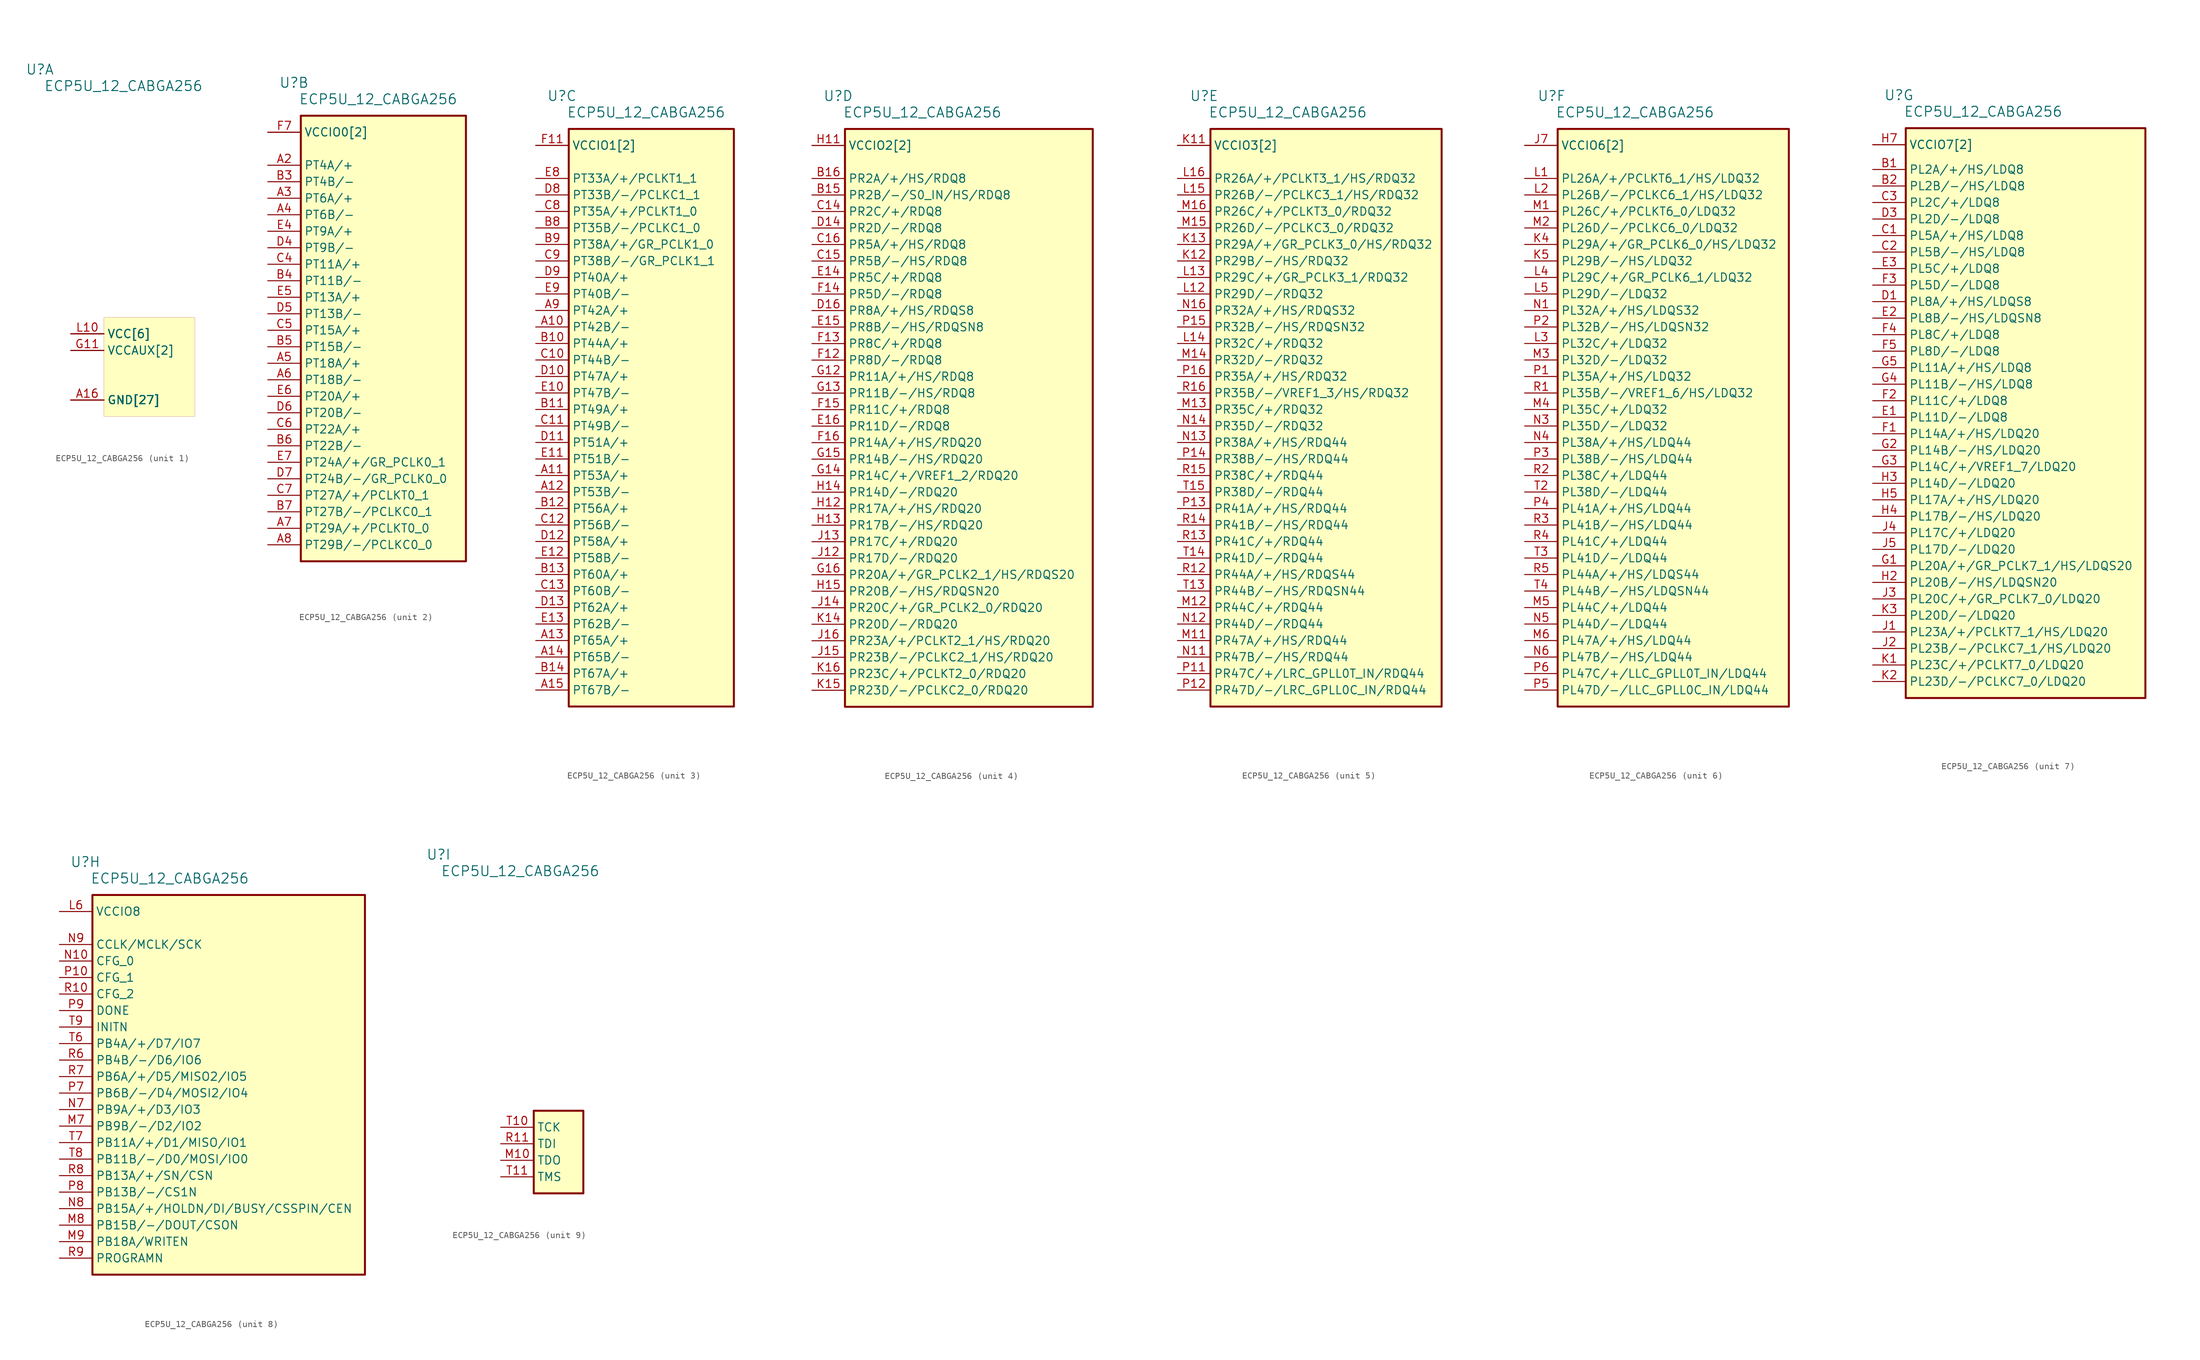
<source format=kicad_sym>
(kicad_symbol_lib
  (version 20211014)
  (generator kicad_symbol_editor)
  (symbol "ECP5U_12_CABGA256"
    (property "Reference" "U"
      (at -15.24 45.72 0)
      (effects (font (size 1.524 1.524)) (justify right)))
    (property "Value" "ECP5U_12_CABGA256"
      (at 7.62 43.18 0)
      (effects (font (size 1.524 1.524)) (justify right)))
    (property "ki_locked" ""
      (at 0 0 0)
      (effects (font (size 1.27 1.27))))
    (symbol "ECP5U_12_CABGA256_1_1"
      (rectangle (start -7.62 7.62) (end 6.35 -7.62) (stroke (width 0.001) (type default) (color 0 0 0 0)) (fill (type background)))
      (pin power_in line (at -12.7 -5.08 0) (length 5.08) (name "GND[27]" (effects (font (size 1.27 1.27)))) (number "A1" (effects (font (size 0 0)))))
      (pin power_in line (at -12.7 -5.08 0) (length 5.08) (name "GND[27]" (effects (font (size 1.27 1.27)))) (number "A16" (effects (font (size 1.27 1.27)))))
      (pin power_in line (at -12.7 -5.08 0) (length 5.08) (name "GND[27]" (effects (font (size 1.27 1.27)))) (number "D15" (effects (font (size 0 0)))))
      (pin power_in line (at -12.7 -5.08 0) (length 5.08) (name "GND[27]" (effects (font (size 1.27 1.27)))) (number "D2" (effects (font (size 0 0)))))
      (pin power_in line (at -12.7 -5.08 0) (length 5.08) (name "GND[27]" (effects (font (size 1.27 1.27)))) (number "F8" (effects (font (size 0 0)))))
      (pin power_in line (at -12.7 -5.08 0) (length 5.08) (name "GND[27]" (effects (font (size 1.27 1.27)))) (number "F9" (effects (font (size 0 0)))))
      (pin power_in line (at -12.7 -5.08 0) (length 5.08) (name "GND[27]" (effects (font (size 1.27 1.27)))) (number "G10" (effects (font (size 0 0)))))
      (pin power_in line (at -12.7 2.54 0) (length 5.08) (name "VCCAUX[2]" (effects (font (size 1.27 1.27)))) (number "G11" (effects (font (size 1.27 1.27)))))
      (pin power_in line (at -12.7 5.08 0) (length 5.08) (name "VCC[6]" (effects (font (size 1.27 1.27)))) (number "G6" (effects (font (size 0 0)))))
      (pin power_in line (at -12.7 5.08 0) (length 5.08) (name "VCC[6]" (effects (font (size 1.27 1.27)))) (number "G7" (effects (font (size 0 0)))))
      (pin power_in line (at -12.7 -5.08 0) (length 5.08) (name "GND[27]" (effects (font (size 1.27 1.27)))) (number "G8" (effects (font (size 0 0)))))
      (pin power_in line (at -12.7 5.08 0) (length 5.08) (name "VCC[6]" (effects (font (size 1.27 1.27)))) (number "G9" (effects (font (size 0 0)))))
      (pin power_in line (at -12.7 -5.08 0) (length 5.08) (name "GND[27]" (effects (font (size 1.27 1.27)))) (number "H1" (effects (font (size 0 0)))))
      (pin power_in line (at -12.7 -5.08 0) (length 5.08) (name "GND[27]" (effects (font (size 1.27 1.27)))) (number "H10" (effects (font (size 0 0)))))
      (pin power_in line (at -12.7 -5.08 0) (length 5.08) (name "GND[27]" (effects (font (size 1.27 1.27)))) (number "H16" (effects (font (size 0 0)))))
      (pin power_in line (at -12.7 -5.08 0) (length 5.08) (name "GND[27]" (effects (font (size 1.27 1.27)))) (number "H8" (effects (font (size 0 0)))))
      (pin power_in line (at -12.7 -5.08 0) (length 5.08) (name "GND[27]" (effects (font (size 1.27 1.27)))) (number "H9" (effects (font (size 0 0)))))
      (pin power_in line (at -12.7 -5.08 0) (length 5.08) (name "GND[27]" (effects (font (size 1.27 1.27)))) (number "J10" (effects (font (size 0 0)))))
      (pin power_in line (at -12.7 -5.08 0) (length 5.08) (name "GND[27]" (effects (font (size 1.27 1.27)))) (number "J8" (effects (font (size 0 0)))))
      (pin power_in line (at -12.7 -5.08 0) (length 5.08) (name "GND[27]" (effects (font (size 1.27 1.27)))) (number "J9" (effects (font (size 0 0)))))
      (pin power_in line (at -12.7 -5.08 0) (length 5.08) (name "GND[27]" (effects (font (size 1.27 1.27)))) (number "K10" (effects (font (size 0 0)))))
      (pin power_in line (at -12.7 -5.08 0) (length 5.08) (name "GND[27]" (effects (font (size 1.27 1.27)))) (number "K6" (effects (font (size 0 0)))))
      (pin power_in line (at -12.7 -5.08 0) (length 5.08) (name "GND[27]" (effects (font (size 1.27 1.27)))) (number "K7" (effects (font (size 0 0)))))
      (pin power_in line (at -12.7 -5.08 0) (length 5.08) (name "GND[27]" (effects (font (size 1.27 1.27)))) (number "K8" (effects (font (size 0 0)))))
      (pin power_in line (at -12.7 -5.08 0) (length 5.08) (name "GND[27]" (effects (font (size 1.27 1.27)))) (number "K9" (effects (font (size 0 0)))))
      (pin power_in line (at -12.7 5.08 0) (length 5.08) (name "VCC[6]" (effects (font (size 1.27 1.27)))) (number "L10" (effects (font (size 1.27 1.27)))))
      (pin power_in line (at -12.7 2.54 0) (length 5.08) (name "VCCAUX[2]" (effects (font (size 1.27 1.27)))) (number "L7" (effects (font (size 0 0)))))
      (pin power_in line (at -12.7 5.08 0) (length 5.08) (name "VCC[6]" (effects (font (size 1.27 1.27)))) (number "L8" (effects (font (size 0 0)))))
      (pin power_in line (at -12.7 5.08 0) (length 5.08) (name "VCC[6]" (effects (font (size 1.27 1.27)))) (number "L9" (effects (font (size 0 0)))))
      (pin power_in line (at -12.7 -5.08 0) (length 5.08) (name "GND[27]" (effects (font (size 1.27 1.27)))) (number "N15" (effects (font (size 0 0)))))
      (pin power_in line (at -12.7 -5.08 0) (length 5.08) (name "GND[27]" (effects (font (size 1.27 1.27)))) (number "N2" (effects (font (size 0 0)))))
      (pin power_in line (at -12.7 -5.08 0) (length 5.08) (name "GND[27]" (effects (font (size 1.27 1.27)))) (number "T1" (effects (font (size 0 0)))))
      (pin power_in line (at -12.7 -5.08 0) (length 5.08) (name "GND[27]" (effects (font (size 1.27 1.27)))) (number "T12" (effects (font (size 0 0)))))
      (pin power_in line (at -12.7 -5.08 0) (length 5.08) (name "GND[27]" (effects (font (size 1.27 1.27)))) (number "T16" (effects (font (size 0 0)))))
      (pin power_in line (at -12.7 -5.08 0) (length 5.08) (name "GND[27]" (effects (font (size 1.27 1.27)))) (number "T5" (effects (font (size 0 0))))))
    (symbol "ECP5U_12_CABGA256_2_1"
      (rectangle (start -16.51 40.64) (end 8.89 -27.94) (stroke (width 0.305) (type default) (color 0 0 0 0)) (fill (type background)))
      (pin bidirectional line (at -21.59 33.02 0) (length 5.08) (name "PT4A/+" (effects (font (size 1.27 1.27)))) (number "A2" (effects (font (size 1.27 1.27)))))
      (pin bidirectional line (at -21.59 27.94 0) (length 5.08) (name "PT6A/+" (effects (font (size 1.27 1.27)))) (number "A3" (effects (font (size 1.27 1.27)))))
      (pin bidirectional line (at -21.59 25.4 0) (length 5.08) (name "PT6B/-" (effects (font (size 1.27 1.27)))) (number "A4" (effects (font (size 1.27 1.27)))))
      (pin bidirectional line (at -21.59 2.54 0) (length 5.08) (name "PT18A/+" (effects (font (size 1.27 1.27)))) (number "A5" (effects (font (size 1.27 1.27)))))
      (pin bidirectional line (at -21.59 0 0) (length 5.08) (name "PT18B/-" (effects (font (size 1.27 1.27)))) (number "A6" (effects (font (size 1.27 1.27)))))
      (pin bidirectional line (at -21.59 -22.86 0) (length 5.08) (name "PT29A/+/PCLKT0_0" (effects (font (size 1.27 1.27)))) (number "A7" (effects (font (size 1.27 1.27)))))
      (pin bidirectional line (at -21.59 -25.4 0) (length 5.08) (name "PT29B/-/PCLKC0_0" (effects (font (size 1.27 1.27)))) (number "A8" (effects (font (size 1.27 1.27)))))
      (pin bidirectional line (at -21.59 30.48 0) (length 5.08) (name "PT4B/-" (effects (font (size 1.27 1.27)))) (number "B3" (effects (font (size 1.27 1.27)))))
      (pin bidirectional line (at -21.59 15.24 0) (length 5.08) (name "PT11B/-" (effects (font (size 1.27 1.27)))) (number "B4" (effects (font (size 1.27 1.27)))))
      (pin bidirectional line (at -21.59 5.08 0) (length 5.08) (name "PT15B/-" (effects (font (size 1.27 1.27)))) (number "B5" (effects (font (size 1.27 1.27)))))
      (pin bidirectional line (at -21.59 -10.16 0) (length 5.08) (name "PT22B/-" (effects (font (size 1.27 1.27)))) (number "B6" (effects (font (size 1.27 1.27)))))
      (pin bidirectional line (at -21.59 -20.32 0) (length 5.08) (name "PT27B/-/PCLKC0_1" (effects (font (size 1.27 1.27)))) (number "B7" (effects (font (size 1.27 1.27)))))
      (pin bidirectional line (at -21.59 17.78 0) (length 5.08) (name "PT11A/+" (effects (font (size 1.27 1.27)))) (number "C4" (effects (font (size 1.27 1.27)))))
      (pin bidirectional line (at -21.59 7.62 0) (length 5.08) (name "PT15A/+" (effects (font (size 1.27 1.27)))) (number "C5" (effects (font (size 1.27 1.27)))))
      (pin bidirectional line (at -21.59 -7.62 0) (length 5.08) (name "PT22A/+" (effects (font (size 1.27 1.27)))) (number "C6" (effects (font (size 1.27 1.27)))))
      (pin bidirectional line (at -21.59 -17.78 0) (length 5.08) (name "PT27A/+/PCLKT0_1" (effects (font (size 1.27 1.27)))) (number "C7" (effects (font (size 1.27 1.27)))))
      (pin bidirectional line (at -21.59 20.32 0) (length 5.08) (name "PT9B/-" (effects (font (size 1.27 1.27)))) (number "D4" (effects (font (size 1.27 1.27)))))
      (pin bidirectional line (at -21.59 10.16 0) (length 5.08) (name "PT13B/-" (effects (font (size 1.27 1.27)))) (number "D5" (effects (font (size 1.27 1.27)))))
      (pin bidirectional line (at -21.59 -5.08 0) (length 5.08) (name "PT20B/-" (effects (font (size 1.27 1.27)))) (number "D6" (effects (font (size 1.27 1.27)))))
      (pin bidirectional line (at -21.59 -15.24 0) (length 5.08) (name "PT24B/-/GR_PCLK0_0" (effects (font (size 1.27 1.27)))) (number "D7" (effects (font (size 1.27 1.27)))))
      (pin bidirectional line (at -21.59 22.86 0) (length 5.08) (name "PT9A/+" (effects (font (size 1.27 1.27)))) (number "E4" (effects (font (size 1.27 1.27)))))
      (pin bidirectional line (at -21.59 12.7 0) (length 5.08) (name "PT13A/+" (effects (font (size 1.27 1.27)))) (number "E5" (effects (font (size 1.27 1.27)))))
      (pin bidirectional line (at -21.59 -2.54 0) (length 5.08) (name "PT20A/+" (effects (font (size 1.27 1.27)))) (number "E6" (effects (font (size 1.27 1.27)))))
      (pin bidirectional line (at -21.59 -12.7 0) (length 5.08) (name "PT24A/+/GR_PCLK0_1" (effects (font (size 1.27 1.27)))) (number "E7" (effects (font (size 1.27 1.27)))))
      (pin power_in line (at -21.59 38.1 0) (length 5.08) (name "VCCIO0[2]" (effects (font (size 1.27 1.27)))) (number "F6" (effects (font (size 0 0)))))
      (pin power_in line (at -21.59 38.1 0) (length 5.08) (name "VCCIO0[2]" (effects (font (size 1.27 1.27)))) (number "F7" (effects (font (size 1.27 1.27))))))
    (symbol "ECP5U_12_CABGA256_3_1"
      (rectangle (start -16.51 40.64) (end 8.89 -48.26) (stroke (width 0.305) (type default) (color 0 0 0 0)) (fill (type background)))
      (pin bidirectional line (at -21.59 10.16 0) (length 5.08) (name "PT42B/-" (effects (font (size 1.27 1.27)))) (number "A10" (effects (font (size 1.27 1.27)))))
      (pin bidirectional line (at -21.59 -12.7 0) (length 5.08) (name "PT53A/+" (effects (font (size 1.27 1.27)))) (number "A11" (effects (font (size 1.27 1.27)))))
      (pin bidirectional line (at -21.59 -15.24 0) (length 5.08) (name "PT53B/-" (effects (font (size 1.27 1.27)))) (number "A12" (effects (font (size 1.27 1.27)))))
      (pin bidirectional line (at -21.59 -38.1 0) (length 5.08) (name "PT65A/+" (effects (font (size 1.27 1.27)))) (number "A13" (effects (font (size 1.27 1.27)))))
      (pin bidirectional line (at -21.59 -40.64 0) (length 5.08) (name "PT65B/-" (effects (font (size 1.27 1.27)))) (number "A14" (effects (font (size 1.27 1.27)))))
      (pin bidirectional line (at -21.59 -45.72 0) (length 5.08) (name "PT67B/-" (effects (font (size 1.27 1.27)))) (number "A15" (effects (font (size 1.27 1.27)))))
      (pin bidirectional line (at -21.59 12.7 0) (length 5.08) (name "PT42A/+" (effects (font (size 1.27 1.27)))) (number "A9" (effects (font (size 1.27 1.27)))))
      (pin bidirectional line (at -21.59 7.62 0) (length 5.08) (name "PT44A/+" (effects (font (size 1.27 1.27)))) (number "B10" (effects (font (size 1.27 1.27)))))
      (pin bidirectional line (at -21.59 -2.54 0) (length 5.08) (name "PT49A/+" (effects (font (size 1.27 1.27)))) (number "B11" (effects (font (size 1.27 1.27)))))
      (pin bidirectional line (at -21.59 -17.78 0) (length 5.08) (name "PT56A/+" (effects (font (size 1.27 1.27)))) (number "B12" (effects (font (size 1.27 1.27)))))
      (pin bidirectional line (at -21.59 -27.94 0) (length 5.08) (name "PT60A/+" (effects (font (size 1.27 1.27)))) (number "B13" (effects (font (size 1.27 1.27)))))
      (pin bidirectional line (at -21.59 -43.18 0) (length 5.08) (name "PT67A/+" (effects (font (size 1.27 1.27)))) (number "B14" (effects (font (size 1.27 1.27)))))
      (pin bidirectional line (at -21.59 25.4 0) (length 5.08) (name "PT35B/-/PCLKC1_0" (effects (font (size 1.27 1.27)))) (number "B8" (effects (font (size 1.27 1.27)))))
      (pin bidirectional line (at -21.59 22.86 0) (length 5.08) (name "PT38A/+/GR_PCLK1_0" (effects (font (size 1.27 1.27)))) (number "B9" (effects (font (size 1.27 1.27)))))
      (pin bidirectional line (at -21.59 5.08 0) (length 5.08) (name "PT44B/-" (effects (font (size 1.27 1.27)))) (number "C10" (effects (font (size 1.27 1.27)))))
      (pin bidirectional line (at -21.59 -5.08 0) (length 5.08) (name "PT49B/-" (effects (font (size 1.27 1.27)))) (number "C11" (effects (font (size 1.27 1.27)))))
      (pin bidirectional line (at -21.59 -20.32 0) (length 5.08) (name "PT56B/-" (effects (font (size 1.27 1.27)))) (number "C12" (effects (font (size 1.27 1.27)))))
      (pin bidirectional line (at -21.59 -30.48 0) (length 5.08) (name "PT60B/-" (effects (font (size 1.27 1.27)))) (number "C13" (effects (font (size 1.27 1.27)))))
      (pin bidirectional line (at -21.59 27.94 0) (length 5.08) (name "PT35A/+/PCLKT1_0" (effects (font (size 1.27 1.27)))) (number "C8" (effects (font (size 1.27 1.27)))))
      (pin bidirectional line (at -21.59 20.32 0) (length 5.08) (name "PT38B/-/GR_PCLK1_1" (effects (font (size 1.27 1.27)))) (number "C9" (effects (font (size 1.27 1.27)))))
      (pin bidirectional line (at -21.59 2.54 0) (length 5.08) (name "PT47A/+" (effects (font (size 1.27 1.27)))) (number "D10" (effects (font (size 1.27 1.27)))))
      (pin bidirectional line (at -21.59 -7.62 0) (length 5.08) (name "PT51A/+" (effects (font (size 1.27 1.27)))) (number "D11" (effects (font (size 1.27 1.27)))))
      (pin bidirectional line (at -21.59 -22.86 0) (length 5.08) (name "PT58A/+" (effects (font (size 1.27 1.27)))) (number "D12" (effects (font (size 1.27 1.27)))))
      (pin bidirectional line (at -21.59 -33.02 0) (length 5.08) (name "PT62A/+" (effects (font (size 1.27 1.27)))) (number "D13" (effects (font (size 1.27 1.27)))))
      (pin bidirectional line (at -21.59 30.48 0) (length 5.08) (name "PT33B/-/PCLKC1_1" (effects (font (size 1.27 1.27)))) (number "D8" (effects (font (size 1.27 1.27)))))
      (pin bidirectional line (at -21.59 17.78 0) (length 5.08) (name "PT40A/+" (effects (font (size 1.27 1.27)))) (number "D9" (effects (font (size 1.27 1.27)))))
      (pin bidirectional line (at -21.59 0 0) (length 5.08) (name "PT47B/-" (effects (font (size 1.27 1.27)))) (number "E10" (effects (font (size 1.27 1.27)))))
      (pin bidirectional line (at -21.59 -10.16 0) (length 5.08) (name "PT51B/-" (effects (font (size 1.27 1.27)))) (number "E11" (effects (font (size 1.27 1.27)))))
      (pin bidirectional line (at -21.59 -25.4 0) (length 5.08) (name "PT58B/-" (effects (font (size 1.27 1.27)))) (number "E12" (effects (font (size 1.27 1.27)))))
      (pin bidirectional line (at -21.59 -35.56 0) (length 5.08) (name "PT62B/-" (effects (font (size 1.27 1.27)))) (number "E13" (effects (font (size 1.27 1.27)))))
      (pin bidirectional line (at -21.59 33.02 0) (length 5.08) (name "PT33A/+/PCLKT1_1" (effects (font (size 1.27 1.27)))) (number "E8" (effects (font (size 1.27 1.27)))))
      (pin bidirectional line (at -21.59 15.24 0) (length 5.08) (name "PT40B/-" (effects (font (size 1.27 1.27)))) (number "E9" (effects (font (size 1.27 1.27)))))
      (pin power_in line (at -21.59 38.1 0) (length 5.08) (name "VCCIO1[2]" (effects (font (size 1.27 1.27)))) (number "F10" (effects (font (size 0 0)))))
      (pin power_in line (at -21.59 38.1 0) (length 5.08) (name "VCCIO1[2]" (effects (font (size 1.27 1.27)))) (number "F11" (effects (font (size 1.27 1.27))))))
    (symbol "ECP5U_12_CABGA256_4_1"
      (rectangle (start -16.51 40.64) (end 21.59 -48.26) (stroke (width 0.305) (type default) (color 0 0 0 0)) (fill (type background)))
      (pin bidirectional line (at -21.59 30.48 0) (length 5.08) (name "PR2B/-/S0_IN/HS/RDQ8" (effects (font (size 1.27 1.27)))) (number "B15" (effects (font (size 1.27 1.27)))))
      (pin bidirectional line (at -21.59 33.02 0) (length 5.08) (name "PR2A/+/HS/RDQ8" (effects (font (size 1.27 1.27)))) (number "B16" (effects (font (size 1.27 1.27)))))
      (pin bidirectional line (at -21.59 27.94 0) (length 5.08) (name "PR2C/+/RDQ8" (effects (font (size 1.27 1.27)))) (number "C14" (effects (font (size 1.27 1.27)))))
      (pin bidirectional line (at -21.59 20.32 0) (length 5.08) (name "PR5B/-/HS/RDQ8" (effects (font (size 1.27 1.27)))) (number "C15" (effects (font (size 1.27 1.27)))))
      (pin bidirectional line (at -21.59 22.86 0) (length 5.08) (name "PR5A/+/HS/RDQ8" (effects (font (size 1.27 1.27)))) (number "C16" (effects (font (size 1.27 1.27)))))
      (pin bidirectional line (at -21.59 25.4 0) (length 5.08) (name "PR2D/-/RDQ8" (effects (font (size 1.27 1.27)))) (number "D14" (effects (font (size 1.27 1.27)))))
      (pin bidirectional line (at -21.59 12.7 0) (length 5.08) (name "PR8A/+/HS/RDQS8" (effects (font (size 1.27 1.27)))) (number "D16" (effects (font (size 1.27 1.27)))))
      (pin bidirectional line (at -21.59 17.78 0) (length 5.08) (name "PR5C/+/RDQ8" (effects (font (size 1.27 1.27)))) (number "E14" (effects (font (size 1.27 1.27)))))
      (pin bidirectional line (at -21.59 10.16 0) (length 5.08) (name "PR8B/-/HS/RDQSN8" (effects (font (size 1.27 1.27)))) (number "E15" (effects (font (size 1.27 1.27)))))
      (pin bidirectional line (at -21.59 -5.08 0) (length 5.08) (name "PR11D/-/RDQ8" (effects (font (size 1.27 1.27)))) (number "E16" (effects (font (size 1.27 1.27)))))
      (pin bidirectional line (at -21.59 5.08 0) (length 5.08) (name "PR8D/-/RDQ8" (effects (font (size 1.27 1.27)))) (number "F12" (effects (font (size 1.27 1.27)))))
      (pin bidirectional line (at -21.59 7.62 0) (length 5.08) (name "PR8C/+/RDQ8" (effects (font (size 1.27 1.27)))) (number "F13" (effects (font (size 1.27 1.27)))))
      (pin bidirectional line (at -21.59 15.24 0) (length 5.08) (name "PR5D/-/RDQ8" (effects (font (size 1.27 1.27)))) (number "F14" (effects (font (size 1.27 1.27)))))
      (pin bidirectional line (at -21.59 -2.54 0) (length 5.08) (name "PR11C/+/RDQ8" (effects (font (size 1.27 1.27)))) (number "F15" (effects (font (size 1.27 1.27)))))
      (pin bidirectional line (at -21.59 -7.62 0) (length 5.08) (name "PR14A/+/HS/RDQ20" (effects (font (size 1.27 1.27)))) (number "F16" (effects (font (size 1.27 1.27)))))
      (pin bidirectional line (at -21.59 2.54 0) (length 5.08) (name "PR11A/+/HS/RDQ8" (effects (font (size 1.27 1.27)))) (number "G12" (effects (font (size 1.27 1.27)))))
      (pin bidirectional line (at -21.59 0 0) (length 5.08) (name "PR11B/-/HS/RDQ8" (effects (font (size 1.27 1.27)))) (number "G13" (effects (font (size 1.27 1.27)))))
      (pin bidirectional line (at -21.59 -12.7 0) (length 5.08) (name "PR14C/+/VREF1_2/RDQ20" (effects (font (size 1.27 1.27)))) (number "G14" (effects (font (size 1.27 1.27)))))
      (pin bidirectional line (at -21.59 -10.16 0) (length 5.08) (name "PR14B/-/HS/RDQ20" (effects (font (size 1.27 1.27)))) (number "G15" (effects (font (size 1.27 1.27)))))
      (pin bidirectional line (at -21.59 -27.94 0) (length 5.08) (name "PR20A/+/GR_PCLK2_1/HS/RDQS20" (effects (font (size 1.27 1.27)))) (number "G16" (effects (font (size 1.27 1.27)))))
      (pin power_in line (at -21.59 38.1 0) (length 5.08) (name "VCCIO2[2]" (effects (font (size 1.27 1.27)))) (number "H11" (effects (font (size 1.27 1.27)))))
      (pin bidirectional line (at -21.59 -17.78 0) (length 5.08) (name "PR17A/+/HS/RDQ20" (effects (font (size 1.27 1.27)))) (number "H12" (effects (font (size 1.27 1.27)))))
      (pin bidirectional line (at -21.59 -20.32 0) (length 5.08) (name "PR17B/-/HS/RDQ20" (effects (font (size 1.27 1.27)))) (number "H13" (effects (font (size 1.27 1.27)))))
      (pin bidirectional line (at -21.59 -15.24 0) (length 5.08) (name "PR14D/-/RDQ20" (effects (font (size 1.27 1.27)))) (number "H14" (effects (font (size 1.27 1.27)))))
      (pin bidirectional line (at -21.59 -30.48 0) (length 5.08) (name "PR20B/-/HS/RDQSN20" (effects (font (size 1.27 1.27)))) (number "H15" (effects (font (size 1.27 1.27)))))
      (pin power_in line (at -21.59 38.1 0) (length 5.08) (name "VCCIO2[2]" (effects (font (size 1.27 1.27)))) (number "J11" (effects (font (size 0 0)))))
      (pin bidirectional line (at -21.59 -25.4 0) (length 5.08) (name "PR17D/-/RDQ20" (effects (font (size 1.27 1.27)))) (number "J12" (effects (font (size 1.27 1.27)))))
      (pin bidirectional line (at -21.59 -22.86 0) (length 5.08) (name "PR17C/+/RDQ20" (effects (font (size 1.27 1.27)))) (number "J13" (effects (font (size 1.27 1.27)))))
      (pin bidirectional line (at -21.59 -33.02 0) (length 5.08) (name "PR20C/+/GR_PCLK2_0/RDQ20" (effects (font (size 1.27 1.27)))) (number "J14" (effects (font (size 1.27 1.27)))))
      (pin bidirectional line (at -21.59 -40.64 0) (length 5.08) (name "PR23B/-/PCLKC2_1/HS/RDQ20" (effects (font (size 1.27 1.27)))) (number "J15" (effects (font (size 1.27 1.27)))))
      (pin bidirectional line (at -21.59 -38.1 0) (length 5.08) (name "PR23A/+/PCLKT2_1/HS/RDQ20" (effects (font (size 1.27 1.27)))) (number "J16" (effects (font (size 1.27 1.27)))))
      (pin bidirectional line (at -21.59 -35.56 0) (length 5.08) (name "PR20D/-/RDQ20" (effects (font (size 1.27 1.27)))) (number "K14" (effects (font (size 1.27 1.27)))))
      (pin bidirectional line (at -21.59 -45.72 0) (length 5.08) (name "PR23D/-/PCLKC2_0/RDQ20" (effects (font (size 1.27 1.27)))) (number "K15" (effects (font (size 1.27 1.27)))))
      (pin bidirectional line (at -21.59 -43.18 0) (length 5.08) (name "PR23C/+/PCLKT2_0/RDQ20" (effects (font (size 1.27 1.27)))) (number "K16" (effects (font (size 1.27 1.27))))))
    (symbol "ECP5U_12_CABGA256_5_1"
      (rectangle (start -16.51 40.64) (end 19.05 -48.26) (stroke (width 0.305) (type default) (color 0 0 0 0)) (fill (type background)))
      (pin power_in line (at -21.59 38.1 0) (length 5.08) (name "VCCIO3[2]" (effects (font (size 1.27 1.27)))) (number "K11" (effects (font (size 1.27 1.27)))))
      (pin bidirectional line (at -21.59 20.32 0) (length 5.08) (name "PR29B/-/HS/RDQ32" (effects (font (size 1.27 1.27)))) (number "K12" (effects (font (size 1.27 1.27)))))
      (pin bidirectional line (at -21.59 22.86 0) (length 5.08) (name "PR29A/+/GR_PCLK3_0/HS/RDQ32" (effects (font (size 1.27 1.27)))) (number "K13" (effects (font (size 1.27 1.27)))))
      (pin power_in line (at -21.59 38.1 0) (length 5.08) (name "VCCIO3[2]" (effects (font (size 1.27 1.27)))) (number "L11" (effects (font (size 0 0)))))
      (pin bidirectional line (at -21.59 15.24 0) (length 5.08) (name "PR29D/-/RDQ32" (effects (font (size 1.27 1.27)))) (number "L12" (effects (font (size 1.27 1.27)))))
      (pin bidirectional line (at -21.59 17.78 0) (length 5.08) (name "PR29C/+/GR_PCLK3_1/RDQ32" (effects (font (size 1.27 1.27)))) (number "L13" (effects (font (size 1.27 1.27)))))
      (pin bidirectional line (at -21.59 7.62 0) (length 5.08) (name "PR32C/+/RDQ32" (effects (font (size 1.27 1.27)))) (number "L14" (effects (font (size 1.27 1.27)))))
      (pin bidirectional line (at -21.59 30.48 0) (length 5.08) (name "PR26B/-/PCLKC3_1/HS/RDQ32" (effects (font (size 1.27 1.27)))) (number "L15" (effects (font (size 1.27 1.27)))))
      (pin bidirectional line (at -21.59 33.02 0) (length 5.08) (name "PR26A/+/PCLKT3_1/HS/RDQ32" (effects (font (size 1.27 1.27)))) (number "L16" (effects (font (size 1.27 1.27)))))
      (pin bidirectional line (at -21.59 -38.1 0) (length 5.08) (name "PR47A/+/HS/RDQ44" (effects (font (size 1.27 1.27)))) (number "M11" (effects (font (size 1.27 1.27)))))
      (pin bidirectional line (at -21.59 -33.02 0) (length 5.08) (name "PR44C/+/RDQ44" (effects (font (size 1.27 1.27)))) (number "M12" (effects (font (size 1.27 1.27)))))
      (pin bidirectional line (at -21.59 -2.54 0) (length 5.08) (name "PR35C/+/RDQ32" (effects (font (size 1.27 1.27)))) (number "M13" (effects (font (size 1.27 1.27)))))
      (pin bidirectional line (at -21.59 5.08 0) (length 5.08) (name "PR32D/-/RDQ32" (effects (font (size 1.27 1.27)))) (number "M14" (effects (font (size 1.27 1.27)))))
      (pin bidirectional line (at -21.59 25.4 0) (length 5.08) (name "PR26D/-/PCLKC3_0/RDQ32" (effects (font (size 1.27 1.27)))) (number "M15" (effects (font (size 1.27 1.27)))))
      (pin bidirectional line (at -21.59 27.94 0) (length 5.08) (name "PR26C/+/PCLKT3_0/RDQ32" (effects (font (size 1.27 1.27)))) (number "M16" (effects (font (size 1.27 1.27)))))
      (pin bidirectional line (at -21.59 -40.64 0) (length 5.08) (name "PR47B/-/HS/RDQ44" (effects (font (size 1.27 1.27)))) (number "N11" (effects (font (size 1.27 1.27)))))
      (pin bidirectional line (at -21.59 -35.56 0) (length 5.08) (name "PR44D/-/RDQ44" (effects (font (size 1.27 1.27)))) (number "N12" (effects (font (size 1.27 1.27)))))
      (pin bidirectional line (at -21.59 -7.62 0) (length 5.08) (name "PR38A/+/HS/RDQ44" (effects (font (size 1.27 1.27)))) (number "N13" (effects (font (size 1.27 1.27)))))
      (pin bidirectional line (at -21.59 -5.08 0) (length 5.08) (name "PR35D/-/RDQ32" (effects (font (size 1.27 1.27)))) (number "N14" (effects (font (size 1.27 1.27)))))
      (pin bidirectional line (at -21.59 12.7 0) (length 5.08) (name "PR32A/+/HS/RDQS32" (effects (font (size 1.27 1.27)))) (number "N16" (effects (font (size 1.27 1.27)))))
      (pin bidirectional line (at -21.59 -43.18 0) (length 5.08) (name "PR47C/+/LRC_GPLL0T_IN/RDQ44" (effects (font (size 1.27 1.27)))) (number "P11" (effects (font (size 1.27 1.27)))))
      (pin bidirectional line (at -21.59 -45.72 0) (length 5.08) (name "PR47D/-/LRC_GPLL0C_IN/RDQ44" (effects (font (size 1.27 1.27)))) (number "P12" (effects (font (size 1.27 1.27)))))
      (pin bidirectional line (at -21.59 -17.78 0) (length 5.08) (name "PR41A/+/HS/RDQ44" (effects (font (size 1.27 1.27)))) (number "P13" (effects (font (size 1.27 1.27)))))
      (pin bidirectional line (at -21.59 -10.16 0) (length 5.08) (name "PR38B/-/HS/RDQ44" (effects (font (size 1.27 1.27)))) (number "P14" (effects (font (size 1.27 1.27)))))
      (pin bidirectional line (at -21.59 10.16 0) (length 5.08) (name "PR32B/-/HS/RDQSN32" (effects (font (size 1.27 1.27)))) (number "P15" (effects (font (size 1.27 1.27)))))
      (pin bidirectional line (at -21.59 2.54 0) (length 5.08) (name "PR35A/+/HS/RDQ32" (effects (font (size 1.27 1.27)))) (number "P16" (effects (font (size 1.27 1.27)))))
      (pin bidirectional line (at -21.59 -27.94 0) (length 5.08) (name "PR44A/+/HS/RDQS44" (effects (font (size 1.27 1.27)))) (number "R12" (effects (font (size 1.27 1.27)))))
      (pin bidirectional line (at -21.59 -22.86 0) (length 5.08) (name "PR41C/+/RDQ44" (effects (font (size 1.27 1.27)))) (number "R13" (effects (font (size 1.27 1.27)))))
      (pin bidirectional line (at -21.59 -20.32 0) (length 5.08) (name "PR41B/-/HS/RDQ44" (effects (font (size 1.27 1.27)))) (number "R14" (effects (font (size 1.27 1.27)))))
      (pin bidirectional line (at -21.59 -12.7 0) (length 5.08) (name "PR38C/+/RDQ44" (effects (font (size 1.27 1.27)))) (number "R15" (effects (font (size 1.27 1.27)))))
      (pin bidirectional line (at -21.59 0 0) (length 5.08) (name "PR35B/-/VREF1_3/HS/RDQ32" (effects (font (size 1.27 1.27)))) (number "R16" (effects (font (size 1.27 1.27)))))
      (pin bidirectional line (at -21.59 -30.48 0) (length 5.08) (name "PR44B/-/HS/RDQSN44" (effects (font (size 1.27 1.27)))) (number "T13" (effects (font (size 1.27 1.27)))))
      (pin bidirectional line (at -21.59 -25.4 0) (length 5.08) (name "PR41D/-/RDQ44" (effects (font (size 1.27 1.27)))) (number "T14" (effects (font (size 1.27 1.27)))))
      (pin bidirectional line (at -21.59 -15.24 0) (length 5.08) (name "PR38D/-/RDQ44" (effects (font (size 1.27 1.27)))) (number "T15" (effects (font (size 1.27 1.27))))))
    (symbol "ECP5U_12_CABGA256_6_1"
      (rectangle (start -16.51 40.64) (end 19.05 -48.26) (stroke (width 0.305) (type default) (color 0 0 0 0)) (fill (type background)))
      (pin power_in line (at -21.59 38.1 0) (length 5.08) (name "VCCIO6[2]" (effects (font (size 1.27 1.27)))) (number "J6" (effects (font (size 0 0)))))
      (pin power_in line (at -21.59 38.1 0) (length 5.08) (name "VCCIO6[2]" (effects (font (size 1.27 1.27)))) (number "J7" (effects (font (size 1.27 1.27)))))
      (pin bidirectional line (at -21.59 22.86 0) (length 5.08) (name "PL29A/+/GR_PCLK6_0/HS/LDQ32" (effects (font (size 1.27 1.27)))) (number "K4" (effects (font (size 1.27 1.27)))))
      (pin bidirectional line (at -21.59 20.32 0) (length 5.08) (name "PL29B/-/HS/LDQ32" (effects (font (size 1.27 1.27)))) (number "K5" (effects (font (size 1.27 1.27)))))
      (pin bidirectional line (at -21.59 33.02 0) (length 5.08) (name "PL26A/+/PCLKT6_1/HS/LDQ32" (effects (font (size 1.27 1.27)))) (number "L1" (effects (font (size 1.27 1.27)))))
      (pin bidirectional line (at -21.59 30.48 0) (length 5.08) (name "PL26B/-/PCLKC6_1/HS/LDQ32" (effects (font (size 1.27 1.27)))) (number "L2" (effects (font (size 1.27 1.27)))))
      (pin bidirectional line (at -21.59 7.62 0) (length 5.08) (name "PL32C/+/LDQ32" (effects (font (size 1.27 1.27)))) (number "L3" (effects (font (size 1.27 1.27)))))
      (pin bidirectional line (at -21.59 17.78 0) (length 5.08) (name "PL29C/+/GR_PCLK6_1/LDQ32" (effects (font (size 1.27 1.27)))) (number "L4" (effects (font (size 1.27 1.27)))))
      (pin bidirectional line (at -21.59 15.24 0) (length 5.08) (name "PL29D/-/LDQ32" (effects (font (size 1.27 1.27)))) (number "L5" (effects (font (size 1.27 1.27)))))
      (pin bidirectional line (at -21.59 27.94 0) (length 5.08) (name "PL26C/+/PCLKT6_0/LDQ32" (effects (font (size 1.27 1.27)))) (number "M1" (effects (font (size 1.27 1.27)))))
      (pin bidirectional line (at -21.59 25.4 0) (length 5.08) (name "PL26D/-/PCLKC6_0/LDQ32" (effects (font (size 1.27 1.27)))) (number "M2" (effects (font (size 1.27 1.27)))))
      (pin bidirectional line (at -21.59 5.08 0) (length 5.08) (name "PL32D/-/LDQ32" (effects (font (size 1.27 1.27)))) (number "M3" (effects (font (size 1.27 1.27)))))
      (pin bidirectional line (at -21.59 -2.54 0) (length 5.08) (name "PL35C/+/LDQ32" (effects (font (size 1.27 1.27)))) (number "M4" (effects (font (size 1.27 1.27)))))
      (pin bidirectional line (at -21.59 -33.02 0) (length 5.08) (name "PL44C/+/LDQ44" (effects (font (size 1.27 1.27)))) (number "M5" (effects (font (size 1.27 1.27)))))
      (pin bidirectional line (at -21.59 -38.1 0) (length 5.08) (name "PL47A/+/HS/LDQ44" (effects (font (size 1.27 1.27)))) (number "M6" (effects (font (size 1.27 1.27)))))
      (pin bidirectional line (at -21.59 12.7 0) (length 5.08) (name "PL32A/+/HS/LDQS32" (effects (font (size 1.27 1.27)))) (number "N1" (effects (font (size 1.27 1.27)))))
      (pin bidirectional line (at -21.59 -5.08 0) (length 5.08) (name "PL35D/-/LDQ32" (effects (font (size 1.27 1.27)))) (number "N3" (effects (font (size 1.27 1.27)))))
      (pin bidirectional line (at -21.59 -7.62 0) (length 5.08) (name "PL38A/+/HS/LDQ44" (effects (font (size 1.27 1.27)))) (number "N4" (effects (font (size 1.27 1.27)))))
      (pin bidirectional line (at -21.59 -35.56 0) (length 5.08) (name "PL44D/-/LDQ44" (effects (font (size 1.27 1.27)))) (number "N5" (effects (font (size 1.27 1.27)))))
      (pin bidirectional line (at -21.59 -40.64 0) (length 5.08) (name "PL47B/-/HS/LDQ44" (effects (font (size 1.27 1.27)))) (number "N6" (effects (font (size 1.27 1.27)))))
      (pin bidirectional line (at -21.59 2.54 0) (length 5.08) (name "PL35A/+/HS/LDQ32" (effects (font (size 1.27 1.27)))) (number "P1" (effects (font (size 1.27 1.27)))))
      (pin bidirectional line (at -21.59 10.16 0) (length 5.08) (name "PL32B/-/HS/LDQSN32" (effects (font (size 1.27 1.27)))) (number "P2" (effects (font (size 1.27 1.27)))))
      (pin bidirectional line (at -21.59 -10.16 0) (length 5.08) (name "PL38B/-/HS/LDQ44" (effects (font (size 1.27 1.27)))) (number "P3" (effects (font (size 1.27 1.27)))))
      (pin bidirectional line (at -21.59 -17.78 0) (length 5.08) (name "PL41A/+/HS/LDQ44" (effects (font (size 1.27 1.27)))) (number "P4" (effects (font (size 1.27 1.27)))))
      (pin bidirectional line (at -21.59 -45.72 0) (length 5.08) (name "PL47D/-/LLC_GPLL0C_IN/LDQ44" (effects (font (size 1.27 1.27)))) (number "P5" (effects (font (size 1.27 1.27)))))
      (pin bidirectional line (at -21.59 -43.18 0) (length 5.08) (name "PL47C/+/LLC_GPLL0T_IN/LDQ44" (effects (font (size 1.27 1.27)))) (number "P6" (effects (font (size 1.27 1.27)))))
      (pin bidirectional line (at -21.59 0 0) (length 5.08) (name "PL35B/-/VREF1_6/HS/LDQ32" (effects (font (size 1.27 1.27)))) (number "R1" (effects (font (size 1.27 1.27)))))
      (pin bidirectional line (at -21.59 -12.7 0) (length 5.08) (name "PL38C/+/LDQ44" (effects (font (size 1.27 1.27)))) (number "R2" (effects (font (size 1.27 1.27)))))
      (pin bidirectional line (at -21.59 -20.32 0) (length 5.08) (name "PL41B/-/HS/LDQ44" (effects (font (size 1.27 1.27)))) (number "R3" (effects (font (size 1.27 1.27)))))
      (pin bidirectional line (at -21.59 -22.86 0) (length 5.08) (name "PL41C/+/LDQ44" (effects (font (size 1.27 1.27)))) (number "R4" (effects (font (size 1.27 1.27)))))
      (pin bidirectional line (at -21.59 -27.94 0) (length 5.08) (name "PL44A/+/HS/LDQS44" (effects (font (size 1.27 1.27)))) (number "R5" (effects (font (size 1.27 1.27)))))
      (pin bidirectional line (at -21.59 -15.24 0) (length 5.08) (name "PL38D/-/LDQ44" (effects (font (size 1.27 1.27)))) (number "T2" (effects (font (size 1.27 1.27)))))
      (pin bidirectional line (at -21.59 -25.4 0) (length 5.08) (name "PL41D/-/LDQ44" (effects (font (size 1.27 1.27)))) (number "T3" (effects (font (size 1.27 1.27)))))
      (pin bidirectional line (at -21.59 -30.48 0) (length 5.08) (name "PL44B/-/HS/LDQSN44" (effects (font (size 1.27 1.27)))) (number "T4" (effects (font (size 1.27 1.27))))))
    (symbol "ECP5U_12_CABGA256_7_1"
      (rectangle (start -16.51 40.64) (end 20.32 -46.99) (stroke (width 0.305) (type default) (color 0 0 0 0)) (fill (type background)))
      (pin bidirectional line (at -21.59 34.29 0) (length 5.08) (name "PL2A/+/HS/LDQ8" (effects (font (size 1.27 1.27)))) (number "B1" (effects (font (size 1.27 1.27)))))
      (pin bidirectional line (at -21.59 31.75 0) (length 5.08) (name "PL2B/-/HS/LDQ8" (effects (font (size 1.27 1.27)))) (number "B2" (effects (font (size 1.27 1.27)))))
      (pin bidirectional line (at -21.59 24.13 0) (length 5.08) (name "PL5A/+/HS/LDQ8" (effects (font (size 1.27 1.27)))) (number "C1" (effects (font (size 1.27 1.27)))))
      (pin bidirectional line (at -21.59 21.59 0) (length 5.08) (name "PL5B/-/HS/LDQ8" (effects (font (size 1.27 1.27)))) (number "C2" (effects (font (size 1.27 1.27)))))
      (pin bidirectional line (at -21.59 29.21 0) (length 5.08) (name "PL2C/+/LDQ8" (effects (font (size 1.27 1.27)))) (number "C3" (effects (font (size 1.27 1.27)))))
      (pin bidirectional line (at -21.59 13.97 0) (length 5.08) (name "PL8A/+/HS/LDQS8" (effects (font (size 1.27 1.27)))) (number "D1" (effects (font (size 1.27 1.27)))))
      (pin bidirectional line (at -21.59 26.67 0) (length 5.08) (name "PL2D/-/LDQ8" (effects (font (size 1.27 1.27)))) (number "D3" (effects (font (size 1.27 1.27)))))
      (pin bidirectional line (at -21.59 -3.81 0) (length 5.08) (name "PL11D/-/LDQ8" (effects (font (size 1.27 1.27)))) (number "E1" (effects (font (size 1.27 1.27)))))
      (pin bidirectional line (at -21.59 11.43 0) (length 5.08) (name "PL8B/-/HS/LDQSN8" (effects (font (size 1.27 1.27)))) (number "E2" (effects (font (size 1.27 1.27)))))
      (pin bidirectional line (at -21.59 19.05 0) (length 5.08) (name "PL5C/+/LDQ8" (effects (font (size 1.27 1.27)))) (number "E3" (effects (font (size 1.27 1.27)))))
      (pin bidirectional line (at -21.59 -6.35 0) (length 5.08) (name "PL14A/+/HS/LDQ20" (effects (font (size 1.27 1.27)))) (number "F1" (effects (font (size 1.27 1.27)))))
      (pin bidirectional line (at -21.59 -1.27 0) (length 5.08) (name "PL11C/+/LDQ8" (effects (font (size 1.27 1.27)))) (number "F2" (effects (font (size 1.27 1.27)))))
      (pin bidirectional line (at -21.59 16.51 0) (length 5.08) (name "PL5D/-/LDQ8" (effects (font (size 1.27 1.27)))) (number "F3" (effects (font (size 1.27 1.27)))))
      (pin bidirectional line (at -21.59 8.89 0) (length 5.08) (name "PL8C/+/LDQ8" (effects (font (size 1.27 1.27)))) (number "F4" (effects (font (size 1.27 1.27)))))
      (pin bidirectional line (at -21.59 6.35 0) (length 5.08) (name "PL8D/-/LDQ8" (effects (font (size 1.27 1.27)))) (number "F5" (effects (font (size 1.27 1.27)))))
      (pin bidirectional line (at -21.59 -26.67 0) (length 5.08) (name "PL20A/+/GR_PCLK7_1/HS/LDQS20" (effects (font (size 1.27 1.27)))) (number "G1" (effects (font (size 1.27 1.27)))))
      (pin bidirectional line (at -21.59 -8.89 0) (length 5.08) (name "PL14B/-/HS/LDQ20" (effects (font (size 1.27 1.27)))) (number "G2" (effects (font (size 1.27 1.27)))))
      (pin bidirectional line (at -21.59 -11.43 0) (length 5.08) (name "PL14C/+/VREF1_7/LDQ20" (effects (font (size 1.27 1.27)))) (number "G3" (effects (font (size 1.27 1.27)))))
      (pin bidirectional line (at -21.59 1.27 0) (length 5.08) (name "PL11B/-/HS/LDQ8" (effects (font (size 1.27 1.27)))) (number "G4" (effects (font (size 1.27 1.27)))))
      (pin bidirectional line (at -21.59 3.81 0) (length 5.08) (name "PL11A/+/HS/LDQ8" (effects (font (size 1.27 1.27)))) (number "G5" (effects (font (size 1.27 1.27)))))
      (pin bidirectional line (at -21.59 -29.21 0) (length 5.08) (name "PL20B/-/HS/LDQSN20" (effects (font (size 1.27 1.27)))) (number "H2" (effects (font (size 1.27 1.27)))))
      (pin bidirectional line (at -21.59 -13.97 0) (length 5.08) (name "PL14D/-/LDQ20" (effects (font (size 1.27 1.27)))) (number "H3" (effects (font (size 1.27 1.27)))))
      (pin bidirectional line (at -21.59 -19.05 0) (length 5.08) (name "PL17B/-/HS/LDQ20" (effects (font (size 1.27 1.27)))) (number "H4" (effects (font (size 1.27 1.27)))))
      (pin bidirectional line (at -21.59 -16.51 0) (length 5.08) (name "PL17A/+/HS/LDQ20" (effects (font (size 1.27 1.27)))) (number "H5" (effects (font (size 1.27 1.27)))))
      (pin power_in line (at -21.59 38.1 0) (length 5.08) (name "VCCIO7[2]" (effects (font (size 1.27 1.27)))) (number "H6" (effects (font (size 0 0)))))
      (pin power_in line (at -21.59 38.1 0) (length 5.08) (name "VCCIO7[2]" (effects (font (size 1.27 1.27)))) (number "H7" (effects (font (size 1.27 1.27)))))
      (pin bidirectional line (at -21.59 -36.83 0) (length 5.08) (name "PL23A/+/PCLKT7_1/HS/LDQ20" (effects (font (size 1.27 1.27)))) (number "J1" (effects (font (size 1.27 1.27)))))
      (pin bidirectional line (at -21.59 -39.37 0) (length 5.08) (name "PL23B/-/PCLKC7_1/HS/LDQ20" (effects (font (size 1.27 1.27)))) (number "J2" (effects (font (size 1.27 1.27)))))
      (pin bidirectional line (at -21.59 -31.75 0) (length 5.08) (name "PL20C/+/GR_PCLK7_0/LDQ20" (effects (font (size 1.27 1.27)))) (number "J3" (effects (font (size 1.27 1.27)))))
      (pin bidirectional line (at -21.59 -21.59 0) (length 5.08) (name "PL17C/+/LDQ20" (effects (font (size 1.27 1.27)))) (number "J4" (effects (font (size 1.27 1.27)))))
      (pin bidirectional line (at -21.59 -24.13 0) (length 5.08) (name "PL17D/-/LDQ20" (effects (font (size 1.27 1.27)))) (number "J5" (effects (font (size 1.27 1.27)))))
      (pin bidirectional line (at -21.59 -41.91 0) (length 5.08) (name "PL23C/+/PCLKT7_0/LDQ20" (effects (font (size 1.27 1.27)))) (number "K1" (effects (font (size 1.27 1.27)))))
      (pin bidirectional line (at -21.59 -44.45 0) (length 5.08) (name "PL23D/-/PCLKC7_0/LDQ20" (effects (font (size 1.27 1.27)))) (number "K2" (effects (font (size 1.27 1.27)))))
      (pin bidirectional line (at -21.59 -34.29 0) (length 5.08) (name "PL20D/-/LDQ20" (effects (font (size 1.27 1.27)))) (number "K3" (effects (font (size 1.27 1.27))))))
    (symbol "ECP5U_12_CABGA256_8_1"
      (rectangle (start -16.51 40.64) (end 25.4 -17.78) (stroke (width 0.305) (type default) (color 0 0 0 0)) (fill (type background)))
      (pin power_in line (at -21.59 38.1 0) (length 5.08) (name "VCCIO8" (effects (font (size 1.27 1.27)))) (number "L6" (effects (font (size 1.27 1.27)))))
      (pin bidirectional line (at -21.59 5.08 0) (length 5.08) (name "PB9B/-/D2/IO2" (effects (font (size 1.27 1.27)))) (number "M7" (effects (font (size 1.27 1.27)))))
      (pin bidirectional line (at -21.59 -10.16 0) (length 5.08) (name "PB15B/-/DOUT/CSON" (effects (font (size 1.27 1.27)))) (number "M8" (effects (font (size 1.27 1.27)))))
      (pin bidirectional line (at -21.59 -12.7 0) (length 5.08) (name "PB18A/WRITEN" (effects (font (size 1.27 1.27)))) (number "M9" (effects (font (size 1.27 1.27)))))
      (pin bidirectional line (at -21.59 30.48 0) (length 5.08) (name "CFG_0" (effects (font (size 1.27 1.27)))) (number "N10" (effects (font (size 1.27 1.27)))))
      (pin bidirectional line (at -21.59 7.62 0) (length 5.08) (name "PB9A/+/D3/IO3" (effects (font (size 1.27 1.27)))) (number "N7" (effects (font (size 1.27 1.27)))))
      (pin bidirectional line (at -21.59 -7.62 0) (length 5.08) (name "PB15A/+/HOLDN/DI/BUSY/CSSPIN/CEN" (effects (font (size 1.27 1.27)))) (number "N8" (effects (font (size 1.27 1.27)))))
      (pin bidirectional line (at -21.59 33.02 0) (length 5.08) (name "CCLK/MCLK/SCK" (effects (font (size 1.27 1.27)))) (number "N9" (effects (font (size 1.27 1.27)))))
      (pin bidirectional line (at -21.59 27.94 0) (length 5.08) (name "CFG_1" (effects (font (size 1.27 1.27)))) (number "P10" (effects (font (size 1.27 1.27)))))
      (pin bidirectional line (at -21.59 10.16 0) (length 5.08) (name "PB6B/-/D4/MOSI2/IO4" (effects (font (size 1.27 1.27)))) (number "P7" (effects (font (size 1.27 1.27)))))
      (pin bidirectional line (at -21.59 -5.08 0) (length 5.08) (name "PB13B/-/CS1N" (effects (font (size 1.27 1.27)))) (number "P8" (effects (font (size 1.27 1.27)))))
      (pin bidirectional line (at -21.59 22.86 0) (length 5.08) (name "DONE" (effects (font (size 1.27 1.27)))) (number "P9" (effects (font (size 1.27 1.27)))))
      (pin bidirectional line (at -21.59 25.4 0) (length 5.08) (name "CFG_2" (effects (font (size 1.27 1.27)))) (number "R10" (effects (font (size 1.27 1.27)))))
      (pin bidirectional line (at -21.59 15.24 0) (length 5.08) (name "PB4B/-/D6/IO6" (effects (font (size 1.27 1.27)))) (number "R6" (effects (font (size 1.27 1.27)))))
      (pin bidirectional line (at -21.59 12.7 0) (length 5.08) (name "PB6A/+/D5/MISO2/IO5" (effects (font (size 1.27 1.27)))) (number "R7" (effects (font (size 1.27 1.27)))))
      (pin bidirectional line (at -21.59 -2.54 0) (length 5.08) (name "PB13A/+/SN/CSN" (effects (font (size 1.27 1.27)))) (number "R8" (effects (font (size 1.27 1.27)))))
      (pin bidirectional line (at -21.59 -15.24 0) (length 5.08) (name "PROGRAMN" (effects (font (size 1.27 1.27)))) (number "R9" (effects (font (size 1.27 1.27)))))
      (pin bidirectional line (at -21.59 17.78 0) (length 5.08) (name "PB4A/+/D7/IO7" (effects (font (size 1.27 1.27)))) (number "T6" (effects (font (size 1.27 1.27)))))
      (pin bidirectional line (at -21.59 2.54 0) (length 5.08) (name "PB11A/+/D1/MISO/IO1" (effects (font (size 1.27 1.27)))) (number "T7" (effects (font (size 1.27 1.27)))))
      (pin bidirectional line (at -21.59 0 0) (length 5.08) (name "PB11B/-/D0/MOSI/IO0" (effects (font (size 1.27 1.27)))) (number "T8" (effects (font (size 1.27 1.27)))))
      (pin bidirectional line (at -21.59 20.32 0) (length 5.08) (name "INITN" (effects (font (size 1.27 1.27)))) (number "T9" (effects (font (size 1.27 1.27))))))
    (symbol "ECP5U_12_CABGA256_9_1"
      (rectangle (start -2.54 6.35) (end 5.08 -6.35) (stroke (width 0.305) (type default) (color 0 0 0 0)) (fill (type background)))
      (pin bidirectional line (at -7.62 -1.27 0) (length 5.08) (name "TDO" (effects (font (size 1.27 1.27)))) (number "M10" (effects (font (size 1.27 1.27)))))
      (pin bidirectional line (at -7.62 1.27 0) (length 5.08) (name "TDI" (effects (font (size 1.27 1.27)))) (number "R11" (effects (font (size 1.27 1.27)))))
      (pin bidirectional line (at -7.62 3.81 0) (length 5.08) (name "TCK" (effects (font (size 1.27 1.27)))) (number "T10" (effects (font (size 1.27 1.27)))))
      (pin bidirectional line (at -7.62 -3.81 0) (length 5.08) (name "TMS" (effects (font (size 1.27 1.27)))) (number "T11" (effects (font (size 1.27 1.27))))))))
</source>
